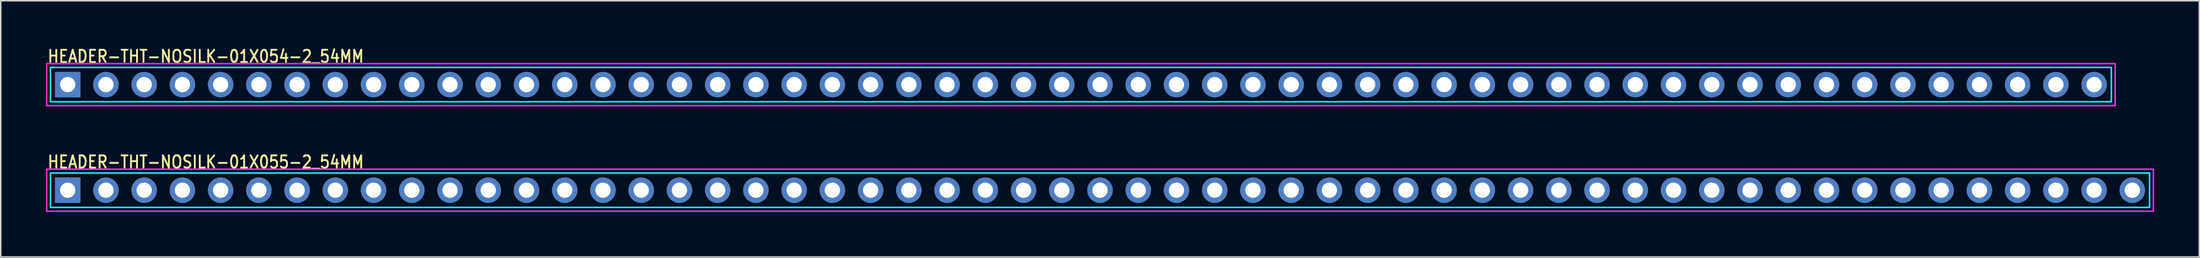
<source format=kicad_pcb>
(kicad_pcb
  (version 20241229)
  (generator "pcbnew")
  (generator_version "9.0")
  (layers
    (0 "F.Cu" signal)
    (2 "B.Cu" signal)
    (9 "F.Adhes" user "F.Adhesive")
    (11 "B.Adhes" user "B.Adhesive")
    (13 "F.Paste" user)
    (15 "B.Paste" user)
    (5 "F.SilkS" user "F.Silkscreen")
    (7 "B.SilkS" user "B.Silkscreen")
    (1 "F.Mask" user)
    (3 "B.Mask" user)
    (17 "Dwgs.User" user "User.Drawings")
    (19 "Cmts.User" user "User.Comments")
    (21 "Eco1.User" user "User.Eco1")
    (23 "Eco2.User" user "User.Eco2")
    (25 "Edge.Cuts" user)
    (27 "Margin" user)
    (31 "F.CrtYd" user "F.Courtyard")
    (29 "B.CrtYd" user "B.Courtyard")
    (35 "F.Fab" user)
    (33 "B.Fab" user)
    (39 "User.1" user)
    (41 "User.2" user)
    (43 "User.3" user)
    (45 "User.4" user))
  (footprint "HEADER-THT-NOSILK-01X054-2_54MM"
    (layer "F.Cu")
    (at 1.447 2.579)
    (property "Reference" "HEADER-THT-NOSILK-01X054-2_54MM" (at -1.4 -1.4 0) (unlocked yes) (layer "F.SilkS") (effects (font (size 0.813 0.695) (thickness 0.122)) (justify left bottom)))
    (fp_poly (pts (xy -1.143 -1.143) (xy 135.763 -1.143) (xy 135.763 1.143) (xy -1.143 1.143)) (stroke (width 0.1) (type solid)) (fill no) (layer "B.CrtYd"))
    (fp_poly (pts (xy -1.397 -1.397) (xy 136.017 -1.397) (xy 136.017 1.397) (xy -1.397 1.397)) (stroke (width 0.1) (type solid)) (fill no) (layer "F.CrtYd"))
    (pad "1" thru_hole rect (at 0 0) (size 1.693 1.693) (drill 1.016) (layers "*.Cu" "*.Mask"))
    (pad "2" thru_hole oval (at 2.54 0) (size 1.693 1.693) (drill 1.016) (layers "*.Cu" "*.Mask"))
    (pad "3" thru_hole oval (at 5.08 0) (size 1.693 1.693) (drill 1.016) (layers "*.Cu" "*.Mask"))
    (pad "4" thru_hole oval (at 7.62 0) (size 1.693 1.693) (drill 1.016) (layers "*.Cu" "*.Mask"))
    (pad "5" thru_hole oval (at 10.16 0) (size 1.693 1.693) (drill 1.016) (layers "*.Cu" "*.Mask"))
    (pad "6" thru_hole oval (at 12.7 0) (size 1.693 1.693) (drill 1.016) (layers "*.Cu" "*.Mask"))
    (pad "7" thru_hole oval (at 15.24 0) (size 1.693 1.693) (drill 1.016) (layers "*.Cu" "*.Mask"))
    (pad "8" thru_hole oval (at 17.78 0) (size 1.693 1.693) (drill 1.016) (layers "*.Cu" "*.Mask"))
    (pad "9" thru_hole oval (at 20.32 0) (size 1.693 1.693) (drill 1.016) (layers "*.Cu" "*.Mask"))
    (pad "10" thru_hole oval (at 22.86 0) (size 1.693 1.693) (drill 1.016) (layers "*.Cu" "*.Mask"))
    (pad "11" thru_hole oval (at 25.4 0) (size 1.693 1.693) (drill 1.016) (layers "*.Cu" "*.Mask"))
    (pad "12" thru_hole oval (at 27.94 0) (size 1.693 1.693) (drill 1.016) (layers "*.Cu" "*.Mask"))
    (pad "13" thru_hole oval (at 30.48 0) (size 1.693 1.693) (drill 1.016) (layers "*.Cu" "*.Mask"))
    (pad "14" thru_hole oval (at 33.02 0) (size 1.693 1.693) (drill 1.016) (layers "*.Cu" "*.Mask"))
    (pad "15" thru_hole oval (at 35.56 0) (size 1.693 1.693) (drill 1.016) (layers "*.Cu" "*.Mask"))
    (pad "16" thru_hole oval (at 38.1 0) (size 1.693 1.693) (drill 1.016) (layers "*.Cu" "*.Mask"))
    (pad "17" thru_hole oval (at 40.64 0) (size 1.693 1.693) (drill 1.016) (layers "*.Cu" "*.Mask"))
    (pad "18" thru_hole oval (at 43.18 0) (size 1.693 1.693) (drill 1.016) (layers "*.Cu" "*.Mask"))
    (pad "19" thru_hole oval (at 45.72 0) (size 1.693 1.693) (drill 1.016) (layers "*.Cu" "*.Mask"))
    (pad "20" thru_hole oval (at 48.26 0) (size 1.693 1.693) (drill 1.016) (layers "*.Cu" "*.Mask"))
    (pad "21" thru_hole oval (at 50.8 0) (size 1.693 1.693) (drill 1.016) (layers "*.Cu" "*.Mask"))
    (pad "22" thru_hole oval (at 53.34 0) (size 1.693 1.693) (drill 1.016) (layers "*.Cu" "*.Mask"))
    (pad "23" thru_hole oval (at 55.88 0) (size 1.693 1.693) (drill 1.016) (layers "*.Cu" "*.Mask"))
    (pad "24" thru_hole oval (at 58.42 0) (size 1.693 1.693) (drill 1.016) (layers "*.Cu" "*.Mask"))
    (pad "25" thru_hole oval (at 60.96 0) (size 1.693 1.693) (drill 1.016) (layers "*.Cu" "*.Mask"))
    (pad "26" thru_hole oval (at 63.5 0) (size 1.693 1.693) (drill 1.016) (layers "*.Cu" "*.Mask"))
    (pad "27" thru_hole oval (at 66.04 0) (size 1.693 1.693) (drill 1.016) (layers "*.Cu" "*.Mask"))
    (pad "28" thru_hole oval (at 68.58 0) (size 1.693 1.693) (drill 1.016) (layers "*.Cu" "*.Mask"))
    (pad "29" thru_hole oval (at 71.12 0) (size 1.693 1.693) (drill 1.016) (layers "*.Cu" "*.Mask"))
    (pad "30" thru_hole oval (at 73.66 0) (size 1.693 1.693) (drill 1.016) (layers "*.Cu" "*.Mask"))
    (pad "31" thru_hole oval (at 76.2 0) (size 1.693 1.693) (drill 1.016) (layers "*.Cu" "*.Mask"))
    (pad "32" thru_hole oval (at 78.74 0) (size 1.693 1.693) (drill 1.016) (layers "*.Cu" "*.Mask"))
    (pad "33" thru_hole oval (at 81.28 0) (size 1.693 1.693) (drill 1.016) (layers "*.Cu" "*.Mask"))
    (pad "34" thru_hole oval (at 83.82 0) (size 1.693 1.693) (drill 1.016) (layers "*.Cu" "*.Mask"))
    (pad "35" thru_hole oval (at 86.36 0) (size 1.693 1.693) (drill 1.016) (layers "*.Cu" "*.Mask"))
    (pad "36" thru_hole oval (at 88.9 0) (size 1.693 1.693) (drill 1.016) (layers "*.Cu" "*.Mask"))
    (pad "37" thru_hole oval (at 91.44 0) (size 1.693 1.693) (drill 1.016) (layers "*.Cu" "*.Mask"))
    (pad "38" thru_hole oval (at 93.98 0) (size 1.693 1.693) (drill 1.016) (layers "*.Cu" "*.Mask"))
    (pad "39" thru_hole oval (at 96.52 0) (size 1.693 1.693) (drill 1.016) (layers "*.Cu" "*.Mask"))
    (pad "40" thru_hole oval (at 99.06 0) (size 1.693 1.693) (drill 1.016) (layers "*.Cu" "*.Mask"))
    (pad "41" thru_hole oval (at 101.6 0) (size 1.693 1.693) (drill 1.016) (layers "*.Cu" "*.Mask"))
    (pad "42" thru_hole oval (at 104.14 0) (size 1.693 1.693) (drill 1.016) (layers "*.Cu" "*.Mask"))
    (pad "43" thru_hole oval (at 106.68 0) (size 1.693 1.693) (drill 1.016) (layers "*.Cu" "*.Mask"))
    (pad "44" thru_hole oval (at 109.22 0) (size 1.693 1.693) (drill 1.016) (layers "*.Cu" "*.Mask"))
    (pad "45" thru_hole oval (at 111.76 0) (size 1.693 1.693) (drill 1.016) (layers "*.Cu" "*.Mask"))
    (pad "46" thru_hole oval (at 114.3 0) (size 1.693 1.693) (drill 1.016) (layers "*.Cu" "*.Mask"))
    (pad "47" thru_hole oval (at 116.84 0) (size 1.693 1.693) (drill 1.016) (layers "*.Cu" "*.Mask"))
    (pad "48" thru_hole oval (at 119.38 0) (size 1.693 1.693) (drill 1.016) (layers "*.Cu" "*.Mask"))
    (pad "49" thru_hole oval (at 121.92 0) (size 1.693 1.693) (drill 1.016) (layers "*.Cu" "*.Mask"))
    (pad "50" thru_hole oval (at 124.46 0) (size 1.693 1.693) (drill 1.016) (layers "*.Cu" "*.Mask"))
    (pad "51" thru_hole oval (at 127 0) (size 1.693 1.693) (drill 1.016) (layers "*.Cu" "*.Mask"))
    (pad "52" thru_hole oval (at 129.54 0) (size 1.693 1.693) (drill 1.016) (layers "*.Cu" "*.Mask"))
    (pad "53" thru_hole oval (at 132.08 0) (size 1.693 1.693) (drill 1.016) (layers "*.Cu" "*.Mask"))
    (pad "54" thru_hole oval (at 134.62 0) (size 1.693 1.693) (drill 1.016) (layers "*.Cu" "*.Mask")))
  (footprint "HEADER-THT-NOSILK-01X055-2_54MM"
    (layer "F.Cu")
    (at 1.447 9.604)
    (property "Reference" "HEADER-THT-NOSILK-01X055-2_54MM" (at -1.4 -1.4 0) (unlocked yes) (layer "F.SilkS") (effects (font (size 0.813 0.695) (thickness 0.122)) (justify left bottom)))
    (fp_poly (pts (xy -1.143 -1.143) (xy 138.303 -1.143) (xy 138.303 1.143) (xy -1.143 1.143)) (stroke (width 0.1) (type solid)) (fill no) (layer "B.CrtYd"))
    (fp_poly (pts (xy -1.397 -1.397) (xy 138.557 -1.397) (xy 138.557 1.397) (xy -1.397 1.397)) (stroke (width 0.1) (type solid)) (fill no) (layer "F.CrtYd"))
    (pad "1" thru_hole rect (at 0 0) (size 1.693 1.693) (drill 1.016) (layers "*.Cu" "*.Mask"))
    (pad "2" thru_hole oval (at 2.54 0) (size 1.693 1.693) (drill 1.016) (layers "*.Cu" "*.Mask"))
    (pad "3" thru_hole oval (at 5.08 0) (size 1.693 1.693) (drill 1.016) (layers "*.Cu" "*.Mask"))
    (pad "4" thru_hole oval (at 7.62 0) (size 1.693 1.693) (drill 1.016) (layers "*.Cu" "*.Mask"))
    (pad "5" thru_hole oval (at 10.16 0) (size 1.693 1.693) (drill 1.016) (layers "*.Cu" "*.Mask"))
    (pad "6" thru_hole oval (at 12.7 0) (size 1.693 1.693) (drill 1.016) (layers "*.Cu" "*.Mask"))
    (pad "7" thru_hole oval (at 15.24 0) (size 1.693 1.693) (drill 1.016) (layers "*.Cu" "*.Mask"))
    (pad "8" thru_hole oval (at 17.78 0) (size 1.693 1.693) (drill 1.016) (layers "*.Cu" "*.Mask"))
    (pad "9" thru_hole oval (at 20.32 0) (size 1.693 1.693) (drill 1.016) (layers "*.Cu" "*.Mask"))
    (pad "10" thru_hole oval (at 22.86 0) (size 1.693 1.693) (drill 1.016) (layers "*.Cu" "*.Mask"))
    (pad "11" thru_hole oval (at 25.4 0) (size 1.693 1.693) (drill 1.016) (layers "*.Cu" "*.Mask"))
    (pad "12" thru_hole oval (at 27.94 0) (size 1.693 1.693) (drill 1.016) (layers "*.Cu" "*.Mask"))
    (pad "13" thru_hole oval (at 30.48 0) (size 1.693 1.693) (drill 1.016) (layers "*.Cu" "*.Mask"))
    (pad "14" thru_hole oval (at 33.02 0) (size 1.693 1.693) (drill 1.016) (layers "*.Cu" "*.Mask"))
    (pad "15" thru_hole oval (at 35.56 0) (size 1.693 1.693) (drill 1.016) (layers "*.Cu" "*.Mask"))
    (pad "16" thru_hole oval (at 38.1 0) (size 1.693 1.693) (drill 1.016) (layers "*.Cu" "*.Mask"))
    (pad "17" thru_hole oval (at 40.64 0) (size 1.693 1.693) (drill 1.016) (layers "*.Cu" "*.Mask"))
    (pad "18" thru_hole oval (at 43.18 0) (size 1.693 1.693) (drill 1.016) (layers "*.Cu" "*.Mask"))
    (pad "19" thru_hole oval (at 45.72 0) (size 1.693 1.693) (drill 1.016) (layers "*.Cu" "*.Mask"))
    (pad "20" thru_hole oval (at 48.26 0) (size 1.693 1.693) (drill 1.016) (layers "*.Cu" "*.Mask"))
    (pad "21" thru_hole oval (at 50.8 0) (size 1.693 1.693) (drill 1.016) (layers "*.Cu" "*.Mask"))
    (pad "22" thru_hole oval (at 53.34 0) (size 1.693 1.693) (drill 1.016) (layers "*.Cu" "*.Mask"))
    (pad "23" thru_hole oval (at 55.88 0) (size 1.693 1.693) (drill 1.016) (layers "*.Cu" "*.Mask"))
    (pad "24" thru_hole oval (at 58.42 0) (size 1.693 1.693) (drill 1.016) (layers "*.Cu" "*.Mask"))
    (pad "25" thru_hole oval (at 60.96 0) (size 1.693 1.693) (drill 1.016) (layers "*.Cu" "*.Mask"))
    (pad "26" thru_hole oval (at 63.5 0) (size 1.693 1.693) (drill 1.016) (layers "*.Cu" "*.Mask"))
    (pad "27" thru_hole oval (at 66.04 0) (size 1.693 1.693) (drill 1.016) (layers "*.Cu" "*.Mask"))
    (pad "28" thru_hole oval (at 68.58 0) (size 1.693 1.693) (drill 1.016) (layers "*.Cu" "*.Mask"))
    (pad "29" thru_hole oval (at 71.12 0) (size 1.693 1.693) (drill 1.016) (layers "*.Cu" "*.Mask"))
    (pad "30" thru_hole oval (at 73.66 0) (size 1.693 1.693) (drill 1.016) (layers "*.Cu" "*.Mask"))
    (pad "31" thru_hole oval (at 76.2 0) (size 1.693 1.693) (drill 1.016) (layers "*.Cu" "*.Mask"))
    (pad "32" thru_hole oval (at 78.74 0) (size 1.693 1.693) (drill 1.016) (layers "*.Cu" "*.Mask"))
    (pad "33" thru_hole oval (at 81.28 0) (size 1.693 1.693) (drill 1.016) (layers "*.Cu" "*.Mask"))
    (pad "34" thru_hole oval (at 83.82 0) (size 1.693 1.693) (drill 1.016) (layers "*.Cu" "*.Mask"))
    (pad "35" thru_hole oval (at 86.36 0) (size 1.693 1.693) (drill 1.016) (layers "*.Cu" "*.Mask"))
    (pad "36" thru_hole oval (at 88.9 0) (size 1.693 1.693) (drill 1.016) (layers "*.Cu" "*.Mask"))
    (pad "37" thru_hole oval (at 91.44 0) (size 1.693 1.693) (drill 1.016) (layers "*.Cu" "*.Mask"))
    (pad "38" thru_hole oval (at 93.98 0) (size 1.693 1.693) (drill 1.016) (layers "*.Cu" "*.Mask"))
    (pad "39" thru_hole oval (at 96.52 0) (size 1.693 1.693) (drill 1.016) (layers "*.Cu" "*.Mask"))
    (pad "40" thru_hole oval (at 99.06 0) (size 1.693 1.693) (drill 1.016) (layers "*.Cu" "*.Mask"))
    (pad "41" thru_hole oval (at 101.6 0) (size 1.693 1.693) (drill 1.016) (layers "*.Cu" "*.Mask"))
    (pad "42" thru_hole oval (at 104.14 0) (size 1.693 1.693) (drill 1.016) (layers "*.Cu" "*.Mask"))
    (pad "43" thru_hole oval (at 106.68 0) (size 1.693 1.693) (drill 1.016) (layers "*.Cu" "*.Mask"))
    (pad "44" thru_hole oval (at 109.22 0) (size 1.693 1.693) (drill 1.016) (layers "*.Cu" "*.Mask"))
    (pad "45" thru_hole oval (at 111.76 0) (size 1.693 1.693) (drill 1.016) (layers "*.Cu" "*.Mask"))
    (pad "46" thru_hole oval (at 114.3 0) (size 1.693 1.693) (drill 1.016) (layers "*.Cu" "*.Mask"))
    (pad "47" thru_hole oval (at 116.84 0) (size 1.693 1.693) (drill 1.016) (layers "*.Cu" "*.Mask"))
    (pad "48" thru_hole oval (at 119.38 0) (size 1.693 1.693) (drill 1.016) (layers "*.Cu" "*.Mask"))
    (pad "49" thru_hole oval (at 121.92 0) (size 1.693 1.693) (drill 1.016) (layers "*.Cu" "*.Mask"))
    (pad "50" thru_hole oval (at 124.46 0) (size 1.693 1.693) (drill 1.016) (layers "*.Cu" "*.Mask"))
    (pad "51" thru_hole oval (at 127 0) (size 1.693 1.693) (drill 1.016) (layers "*.Cu" "*.Mask"))
    (pad "52" thru_hole oval (at 129.54 0) (size 1.693 1.693) (drill 1.016) (layers "*.Cu" "*.Mask"))
    (pad "53" thru_hole oval (at 132.08 0) (size 1.693 1.693) (drill 1.016) (layers "*.Cu" "*.Mask"))
    (pad "54" thru_hole oval (at 134.62 0) (size 1.693 1.693) (drill 1.016) (layers "*.Cu" "*.Mask"))
    (pad "55" thru_hole oval (at 137.16 0) (size 1.693 1.693) (drill 1.016) (layers "*.Cu" "*.Mask")))
  (gr_rect
    (start -3 -3)
    (end 143.054 14.051)
    (stroke (width 0.1) (type default))
    (fill no)
    (layer "Edge.Cuts")))
</source>
